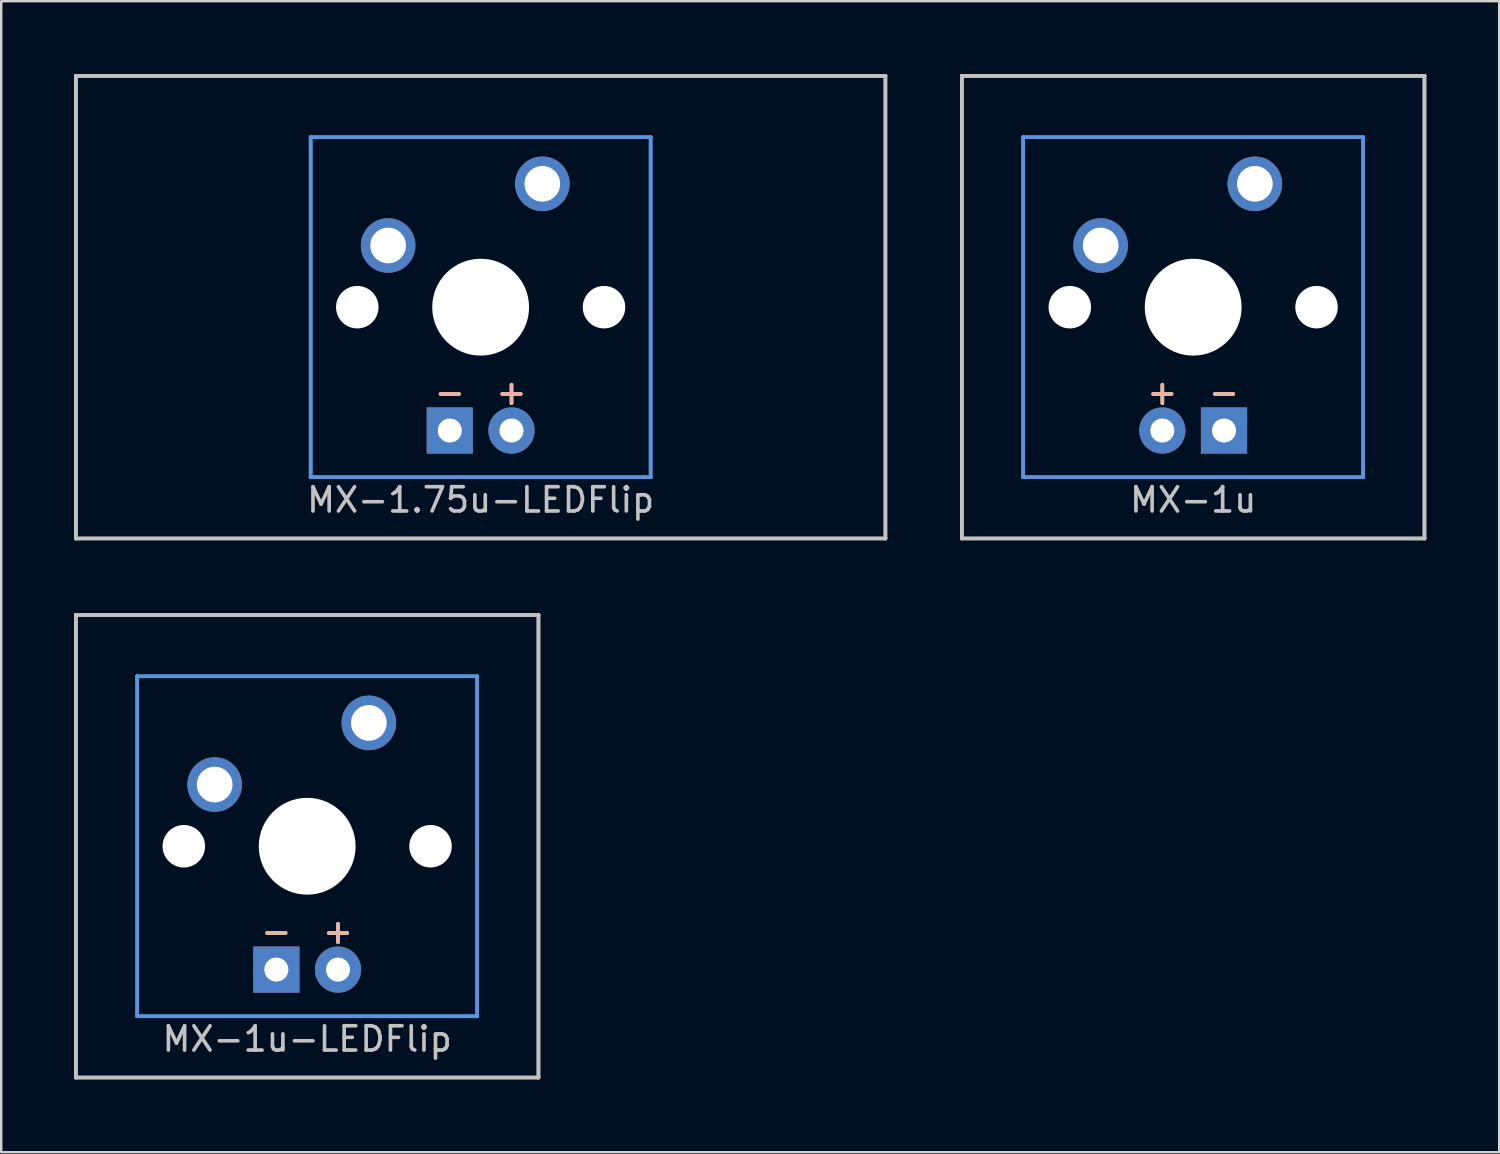
<source format=kicad_pcb>
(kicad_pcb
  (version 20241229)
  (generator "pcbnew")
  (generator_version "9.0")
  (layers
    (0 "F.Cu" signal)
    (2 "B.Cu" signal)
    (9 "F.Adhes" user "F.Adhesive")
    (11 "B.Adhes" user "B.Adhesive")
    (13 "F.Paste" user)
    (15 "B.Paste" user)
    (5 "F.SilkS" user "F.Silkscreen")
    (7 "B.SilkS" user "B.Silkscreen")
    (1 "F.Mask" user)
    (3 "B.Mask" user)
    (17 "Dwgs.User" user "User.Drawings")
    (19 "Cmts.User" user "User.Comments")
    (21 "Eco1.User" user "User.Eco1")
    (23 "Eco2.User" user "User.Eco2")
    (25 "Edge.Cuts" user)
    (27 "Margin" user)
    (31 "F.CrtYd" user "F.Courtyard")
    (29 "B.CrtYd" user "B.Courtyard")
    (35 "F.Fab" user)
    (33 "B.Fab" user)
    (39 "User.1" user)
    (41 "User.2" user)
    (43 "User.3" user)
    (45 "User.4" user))
  (footprint "MX-1u"
    (layer "F.Cu")
    (at 46.087 9.6)
    (property "Reference" "MX-1u" (at 0 7.938 0) (layer "Dwgs.User") (effects (font (size 1 1) (thickness 0.15))))
    (attr through_hole)
    (fp_line (start -9.525 -9.525) (end -9.525 -9.525) (stroke (width 0.15) (type solid)) (layer "Dwgs.User"))
    (fp_line (start -9.525 -9.525) (end -9.525 -9.525) (stroke (width 0.15) (type solid)) (layer "Dwgs.User"))
    (fp_line (start -9.525 -9.525) (end -9.525 9.525) (stroke (width 0.15) (type solid)) (layer "Dwgs.User"))
    (fp_line (start -9.525 -9.525) (end 9.525 -9.525) (stroke (width 0.15) (type solid)) (layer "Dwgs.User"))
    (fp_line (start -9.525 9.525) (end -9.525 -9.525) (stroke (width 0.15) (type solid)) (layer "Dwgs.User"))
    (fp_line (start -9.525 9.525) (end -9.525 9.525) (stroke (width 0.15) (type solid)) (layer "Dwgs.User"))
    (fp_line (start -9.525 9.525) (end -9.525 9.525) (stroke (width 0.15) (type solid)) (layer "Dwgs.User"))
    (fp_line (start -9.525 9.525) (end 9.525 9.525) (stroke (width 0.15) (type solid)) (layer "Dwgs.User"))
    (fp_line (start 9.525 -9.525) (end -9.525 -9.525) (stroke (width 0.15) (type solid)) (layer "Dwgs.User"))
    (fp_line (start 9.525 -9.525) (end 9.525 -9.525) (stroke (width 0.15) (type solid)) (layer "Dwgs.User"))
    (fp_line (start 9.525 -9.525) (end 9.525 -9.525) (stroke (width 0.15) (type solid)) (layer "Dwgs.User"))
    (fp_line (start 9.525 -9.525) (end 9.525 9.525) (stroke (width 0.15) (type solid)) (layer "Dwgs.User"))
    (fp_line (start 9.525 9.525) (end -9.525 9.525) (stroke (width 0.15) (type solid)) (layer "Dwgs.User"))
    (fp_line (start 9.525 9.525) (end 9.525 -9.525) (stroke (width 0.15) (type solid)) (layer "Dwgs.User"))
    (fp_line (start 9.525 9.525) (end 9.525 9.525) (stroke (width 0.15) (type solid)) (layer "Dwgs.User"))
    (fp_line (start 9.525 9.525) (end 9.525 9.525) (stroke (width 0.15) (type solid)) (layer "Dwgs.User"))
    (fp_line (start -7 -7) (end -7 -7) (stroke (width 0.15) (type solid)) (layer "Cmts.User"))
    (fp_line (start -7 -7) (end -7 -7) (stroke (width 0.15) (type solid)) (layer "Cmts.User"))
    (fp_line (start -7 -7) (end -7 7) (stroke (width 0.15) (type solid)) (layer "Cmts.User"))
    (fp_line (start -7 -7) (end 7 -7) (stroke (width 0.15) (type solid)) (layer "Cmts.User"))
    (fp_line (start -7 7) (end -7 -7) (stroke (width 0.15) (type solid)) (layer "Cmts.User"))
    (fp_line (start -7 7) (end -7 7) (stroke (width 0.15) (type solid)) (layer "Cmts.User"))
    (fp_line (start -7 7) (end -7 7) (stroke (width 0.15) (type solid)) (layer "Cmts.User"))
    (fp_line (start -7 7) (end 7 7) (stroke (width 0.15) (type solid)) (layer "Cmts.User"))
    (fp_line (start 7 -7) (end -7 -7) (stroke (width 0.15) (type solid)) (layer "Cmts.User"))
    (fp_line (start 7 -7) (end 7 -7) (stroke (width 0.15) (type solid)) (layer "Cmts.User"))
    (fp_line (start 7 -7) (end 7 -7) (stroke (width 0.15) (type solid)) (layer "Cmts.User"))
    (fp_line (start 7 -7) (end 7 7) (stroke (width 0.15) (type solid)) (layer "Cmts.User"))
    (fp_line (start 7 7) (end -7 7) (stroke (width 0.15) (type solid)) (layer "Cmts.User"))
    (fp_line (start 7 7) (end 7 -7) (stroke (width 0.15) (type solid)) (layer "Cmts.User"))
    (fp_line (start 7 7) (end 7 7) (stroke (width 0.15) (type solid)) (layer "Cmts.User"))
    (fp_line (start 7 7) (end 7 7) (stroke (width 0.15) (type solid)) (layer "Cmts.User"))
    (fp_text user "-" (at 1.27 3.5 0) (layer "F.SilkS") (effects (font (size 1 1) (thickness 0.15))))
    (fp_text user "+" (at -1.27 3.5 0) (layer "F.SilkS") (effects (font (size 1 1) (thickness 0.15))))
    (fp_text user "+" (at -1.27 3.5 0) (layer "B.SilkS") (effects (font (size 1 1) (thickness 0.15))))
    (fp_text user "-" (at 1.27 3.5 0) (layer "B.SilkS") (effects (font (size 1 1) (thickness 0.15))))
    (pad "" np_thru_hole circle (at -5.08 0) (size 1.75 1.75) (drill 1.75) (layers "*.Cu" "*.Mask"))
    (pad "" np_thru_hole circle (at 0 0) (size 3.988 3.988) (drill 3.988) (layers "*.Cu" "*.Mask"))
    (pad "" np_thru_hole circle (at 5.08 0) (size 1.75 1.75) (drill 1.75) (layers "*.Cu" "*.Mask"))
    (pad "1" thru_hole circle (at -3.81 -2.54) (size 2.25 2.25) (drill 1.47) (layers "*.Cu" "*.Mask"))
    (pad "2" thru_hole circle (at 2.54 -5.08) (size 2.25 2.25) (drill 1.47) (layers "*.Cu" "*.Mask"))
    (pad "3" thru_hole circle (at -1.27 5.08) (size 1.905 1.905) (drill 0.991) (layers "*.Cu" "*.Mask"))
    (pad "4" thru_hole rect (at 1.27 5.08) (size 1.905 1.905) (drill 0.991) (layers "*.Cu" "*.Mask")))
  (footprint "MX-1u-LEDFlip"
    (layer "F.Cu")
    (at 9.6 31.8)
    (property "Reference" "MX-1u-LEDFlip" (at 0 7.938 0) (layer "Dwgs.User") (effects (font (size 1 1) (thickness 0.15))))
    (attr through_hole)
    (fp_line (start -9.525 -9.525) (end -9.525 -9.525) (stroke (width 0.15) (type solid)) (layer "Dwgs.User"))
    (fp_line (start -9.525 -9.525) (end -9.525 -9.525) (stroke (width 0.15) (type solid)) (layer "Dwgs.User"))
    (fp_line (start -9.525 -9.525) (end -9.525 9.525) (stroke (width 0.15) (type solid)) (layer "Dwgs.User"))
    (fp_line (start -9.525 -9.525) (end 9.525 -9.525) (stroke (width 0.15) (type solid)) (layer "Dwgs.User"))
    (fp_line (start -9.525 9.525) (end -9.525 -9.525) (stroke (width 0.15) (type solid)) (layer "Dwgs.User"))
    (fp_line (start -9.525 9.525) (end -9.525 9.525) (stroke (width 0.15) (type solid)) (layer "Dwgs.User"))
    (fp_line (start -9.525 9.525) (end -9.525 9.525) (stroke (width 0.15) (type solid)) (layer "Dwgs.User"))
    (fp_line (start -9.525 9.525) (end 9.525 9.525) (stroke (width 0.15) (type solid)) (layer "Dwgs.User"))
    (fp_line (start 9.525 -9.525) (end -9.525 -9.525) (stroke (width 0.15) (type solid)) (layer "Dwgs.User"))
    (fp_line (start 9.525 -9.525) (end 9.525 -9.525) (stroke (width 0.15) (type solid)) (layer "Dwgs.User"))
    (fp_line (start 9.525 -9.525) (end 9.525 -9.525) (stroke (width 0.15) (type solid)) (layer "Dwgs.User"))
    (fp_line (start 9.525 -9.525) (end 9.525 9.525) (stroke (width 0.15) (type solid)) (layer "Dwgs.User"))
    (fp_line (start 9.525 9.525) (end -9.525 9.525) (stroke (width 0.15) (type solid)) (layer "Dwgs.User"))
    (fp_line (start 9.525 9.525) (end 9.525 -9.525) (stroke (width 0.15) (type solid)) (layer "Dwgs.User"))
    (fp_line (start 9.525 9.525) (end 9.525 9.525) (stroke (width 0.15) (type solid)) (layer "Dwgs.User"))
    (fp_line (start 9.525 9.525) (end 9.525 9.525) (stroke (width 0.15) (type solid)) (layer "Dwgs.User"))
    (fp_line (start -7 -7) (end -7 -7) (stroke (width 0.15) (type solid)) (layer "Cmts.User"))
    (fp_line (start -7 -7) (end -7 -7) (stroke (width 0.15) (type solid)) (layer "Cmts.User"))
    (fp_line (start -7 -7) (end -7 7) (stroke (width 0.15) (type solid)) (layer "Cmts.User"))
    (fp_line (start -7 -7) (end 7 -7) (stroke (width 0.15) (type solid)) (layer "Cmts.User"))
    (fp_line (start -7 7) (end -7 -7) (stroke (width 0.15) (type solid)) (layer "Cmts.User"))
    (fp_line (start -7 7) (end -7 7) (stroke (width 0.15) (type solid)) (layer "Cmts.User"))
    (fp_line (start -7 7) (end -7 7) (stroke (width 0.15) (type solid)) (layer "Cmts.User"))
    (fp_line (start -7 7) (end 7 7) (stroke (width 0.15) (type solid)) (layer "Cmts.User"))
    (fp_line (start 7 -7) (end -7 -7) (stroke (width 0.15) (type solid)) (layer "Cmts.User"))
    (fp_line (start 7 -7) (end 7 -7) (stroke (width 0.15) (type solid)) (layer "Cmts.User"))
    (fp_line (start 7 -7) (end 7 -7) (stroke (width 0.15) (type solid)) (layer "Cmts.User"))
    (fp_line (start 7 -7) (end 7 7) (stroke (width 0.15) (type solid)) (layer "Cmts.User"))
    (fp_line (start 7 7) (end -7 7) (stroke (width 0.15) (type solid)) (layer "Cmts.User"))
    (fp_line (start 7 7) (end 7 -7) (stroke (width 0.15) (type solid)) (layer "Cmts.User"))
    (fp_line (start 7 7) (end 7 7) (stroke (width 0.15) (type solid)) (layer "Cmts.User"))
    (fp_line (start 7 7) (end 7 7) (stroke (width 0.15) (type solid)) (layer "Cmts.User"))
    (fp_text user "-" (at -1.27 3.5 0) (layer "F.SilkS") (effects (font (size 1 1) (thickness 0.15))))
    (fp_text user "+" (at 1.27 3.5 0) (layer "F.SilkS") (effects (font (size 1 1) (thickness 0.15))))
    (fp_text user "-" (at -1.27 3.5 0) (layer "B.SilkS") (effects (font (size 1 1) (thickness 0.15))))
    (fp_text user "+" (at 1.27 3.5 0) (layer "B.SilkS") (effects (font (size 1 1) (thickness 0.15))))
    (pad "" np_thru_hole circle (at -5.08 0) (size 1.75 1.75) (drill 1.75) (layers "*.Cu" "*.Mask"))
    (pad "" np_thru_hole circle (at 0 0) (size 3.988 3.988) (drill 3.988) (layers "*.Cu" "*.Mask"))
    (pad "" np_thru_hole circle (at 5.08 0) (size 1.75 1.75) (drill 1.75) (layers "*.Cu" "*.Mask"))
    (pad "1" thru_hole circle (at -3.81 -2.54) (size 2.25 2.25) (drill 1.47) (layers "*.Cu" "*.Mask"))
    (pad "2" thru_hole circle (at 2.54 -5.08) (size 2.25 2.25) (drill 1.47) (layers "*.Cu" "*.Mask"))
    (pad "3" thru_hole circle (at 1.27 5.08) (size 1.905 1.905) (drill 0.991) (layers "*.Cu" "*.Mask"))
    (pad "4" thru_hole rect (at -1.27 5.08) (size 1.905 1.905) (drill 0.991) (layers "*.Cu" "*.Mask")))
  (footprint "MX-1.75u-LEDFlip"
    (layer "F.Cu")
    (at 16.744 9.6)
    (property "Reference" "MX-1.75u-LEDFlip" (at 0 7.938 0) (layer "Dwgs.User") (effects (font (size 1 1) (thickness 0.15))))
    (attr through_hole)
    (fp_line (start -16.669 -9.525) (end -16.669 -9.525) (stroke (width 0.15) (type solid)) (layer "Dwgs.User"))
    (fp_line (start -16.669 -9.525) (end -16.669 -9.525) (stroke (width 0.15) (type solid)) (layer "Dwgs.User"))
    (fp_line (start -16.669 -9.525) (end -16.669 9.525) (stroke (width 0.15) (type solid)) (layer "Dwgs.User"))
    (fp_line (start -16.669 -9.525) (end 16.669 -9.525) (stroke (width 0.15) (type solid)) (layer "Dwgs.User"))
    (fp_line (start -16.669 9.525) (end -16.669 -9.525) (stroke (width 0.15) (type solid)) (layer "Dwgs.User"))
    (fp_line (start -16.669 9.525) (end -16.669 9.525) (stroke (width 0.15) (type solid)) (layer "Dwgs.User"))
    (fp_line (start -16.669 9.525) (end -16.669 9.525) (stroke (width 0.15) (type solid)) (layer "Dwgs.User"))
    (fp_line (start -16.669 9.525) (end 16.669 9.525) (stroke (width 0.15) (type solid)) (layer "Dwgs.User"))
    (fp_line (start 16.669 -9.525) (end -16.669 -9.525) (stroke (width 0.15) (type solid)) (layer "Dwgs.User"))
    (fp_line (start 16.669 -9.525) (end 16.669 -9.525) (stroke (width 0.15) (type solid)) (layer "Dwgs.User"))
    (fp_line (start 16.669 -9.525) (end 16.669 -9.525) (stroke (width 0.15) (type solid)) (layer "Dwgs.User"))
    (fp_line (start 16.669 -9.525) (end 16.669 9.525) (stroke (width 0.15) (type solid)) (layer "Dwgs.User"))
    (fp_line (start 16.669 9.525) (end -16.669 9.525) (stroke (width 0.15) (type solid)) (layer "Dwgs.User"))
    (fp_line (start 16.669 9.525) (end 16.669 -9.525) (stroke (width 0.15) (type solid)) (layer "Dwgs.User"))
    (fp_line (start 16.669 9.525) (end 16.669 9.525) (stroke (width 0.15) (type solid)) (layer "Dwgs.User"))
    (fp_line (start 16.669 9.525) (end 16.669 9.525) (stroke (width 0.15) (type solid)) (layer "Dwgs.User"))
    (fp_line (start -7 -7) (end -7 -7) (stroke (width 0.15) (type solid)) (layer "Cmts.User"))
    (fp_line (start -7 -7) (end -7 -7) (stroke (width 0.15) (type solid)) (layer "Cmts.User"))
    (fp_line (start -7 -7) (end -7 7) (stroke (width 0.15) (type solid)) (layer "Cmts.User"))
    (fp_line (start -7 -7) (end 7 -7) (stroke (width 0.15) (type solid)) (layer "Cmts.User"))
    (fp_line (start -7 7) (end -7 -7) (stroke (width 0.15) (type solid)) (layer "Cmts.User"))
    (fp_line (start -7 7) (end -7 7) (stroke (width 0.15) (type solid)) (layer "Cmts.User"))
    (fp_line (start -7 7) (end -7 7) (stroke (width 0.15) (type solid)) (layer "Cmts.User"))
    (fp_line (start -7 7) (end 7 7) (stroke (width 0.15) (type solid)) (layer "Cmts.User"))
    (fp_line (start 7 -7) (end -7 -7) (stroke (width 0.15) (type solid)) (layer "Cmts.User"))
    (fp_line (start 7 -7) (end 7 -7) (stroke (width 0.15) (type solid)) (layer "Cmts.User"))
    (fp_line (start 7 -7) (end 7 -7) (stroke (width 0.15) (type solid)) (layer "Cmts.User"))
    (fp_line (start 7 -7) (end 7 7) (stroke (width 0.15) (type solid)) (layer "Cmts.User"))
    (fp_line (start 7 7) (end -7 7) (stroke (width 0.15) (type solid)) (layer "Cmts.User"))
    (fp_line (start 7 7) (end 7 -7) (stroke (width 0.15) (type solid)) (layer "Cmts.User"))
    (fp_line (start 7 7) (end 7 7) (stroke (width 0.15) (type solid)) (layer "Cmts.User"))
    (fp_line (start 7 7) (end 7 7) (stroke (width 0.15) (type solid)) (layer "Cmts.User"))
    (fp_text user "+" (at 1.27 3.5 0) (layer "F.SilkS") (effects (font (size 1 1) (thickness 0.15))))
    (fp_text user "-" (at -1.27 3.5 0) (layer "F.SilkS") (effects (font (size 1 1) (thickness 0.15))))
    (fp_text user "+" (at 1.27 3.5 0) (layer "B.SilkS") (effects (font (size 1 1) (thickness 0.15))))
    (fp_text user "-" (at -1.27 3.5 0) (layer "B.SilkS") (effects (font (size 1 1) (thickness 0.15))))
    (pad "" np_thru_hole circle (at -5.08 0) (size 1.75 1.75) (drill 1.75) (layers "*.Cu" "*.Mask"))
    (pad "" np_thru_hole circle (at 0 0) (size 3.988 3.988) (drill 3.988) (layers "*.Cu" "*.Mask"))
    (pad "" np_thru_hole circle (at 5.08 0) (size 1.75 1.75) (drill 1.75) (layers "*.Cu" "*.Mask"))
    (pad "1" thru_hole circle (at -3.81 -2.54) (size 2.25 2.25) (drill 1.47) (layers "*.Cu" "*.Mask"))
    (pad "2" thru_hole circle (at 2.54 -5.08) (size 2.25 2.25) (drill 1.47) (layers "*.Cu" "*.Mask"))
    (pad "3" thru_hole circle (at 1.27 5.08) (size 1.905 1.905) (drill 0.991) (layers "*.Cu" "*.Mask"))
    (pad "4" thru_hole rect (at -1.27 5.08) (size 1.905 1.905) (drill 0.991) (layers "*.Cu" "*.Mask")))
  (gr_rect
    (start -3 -3)
    (end 58.688 44.4)
    (stroke (width 0.1) (type default))
    (fill no)
    (layer "Edge.Cuts")))
</source>
